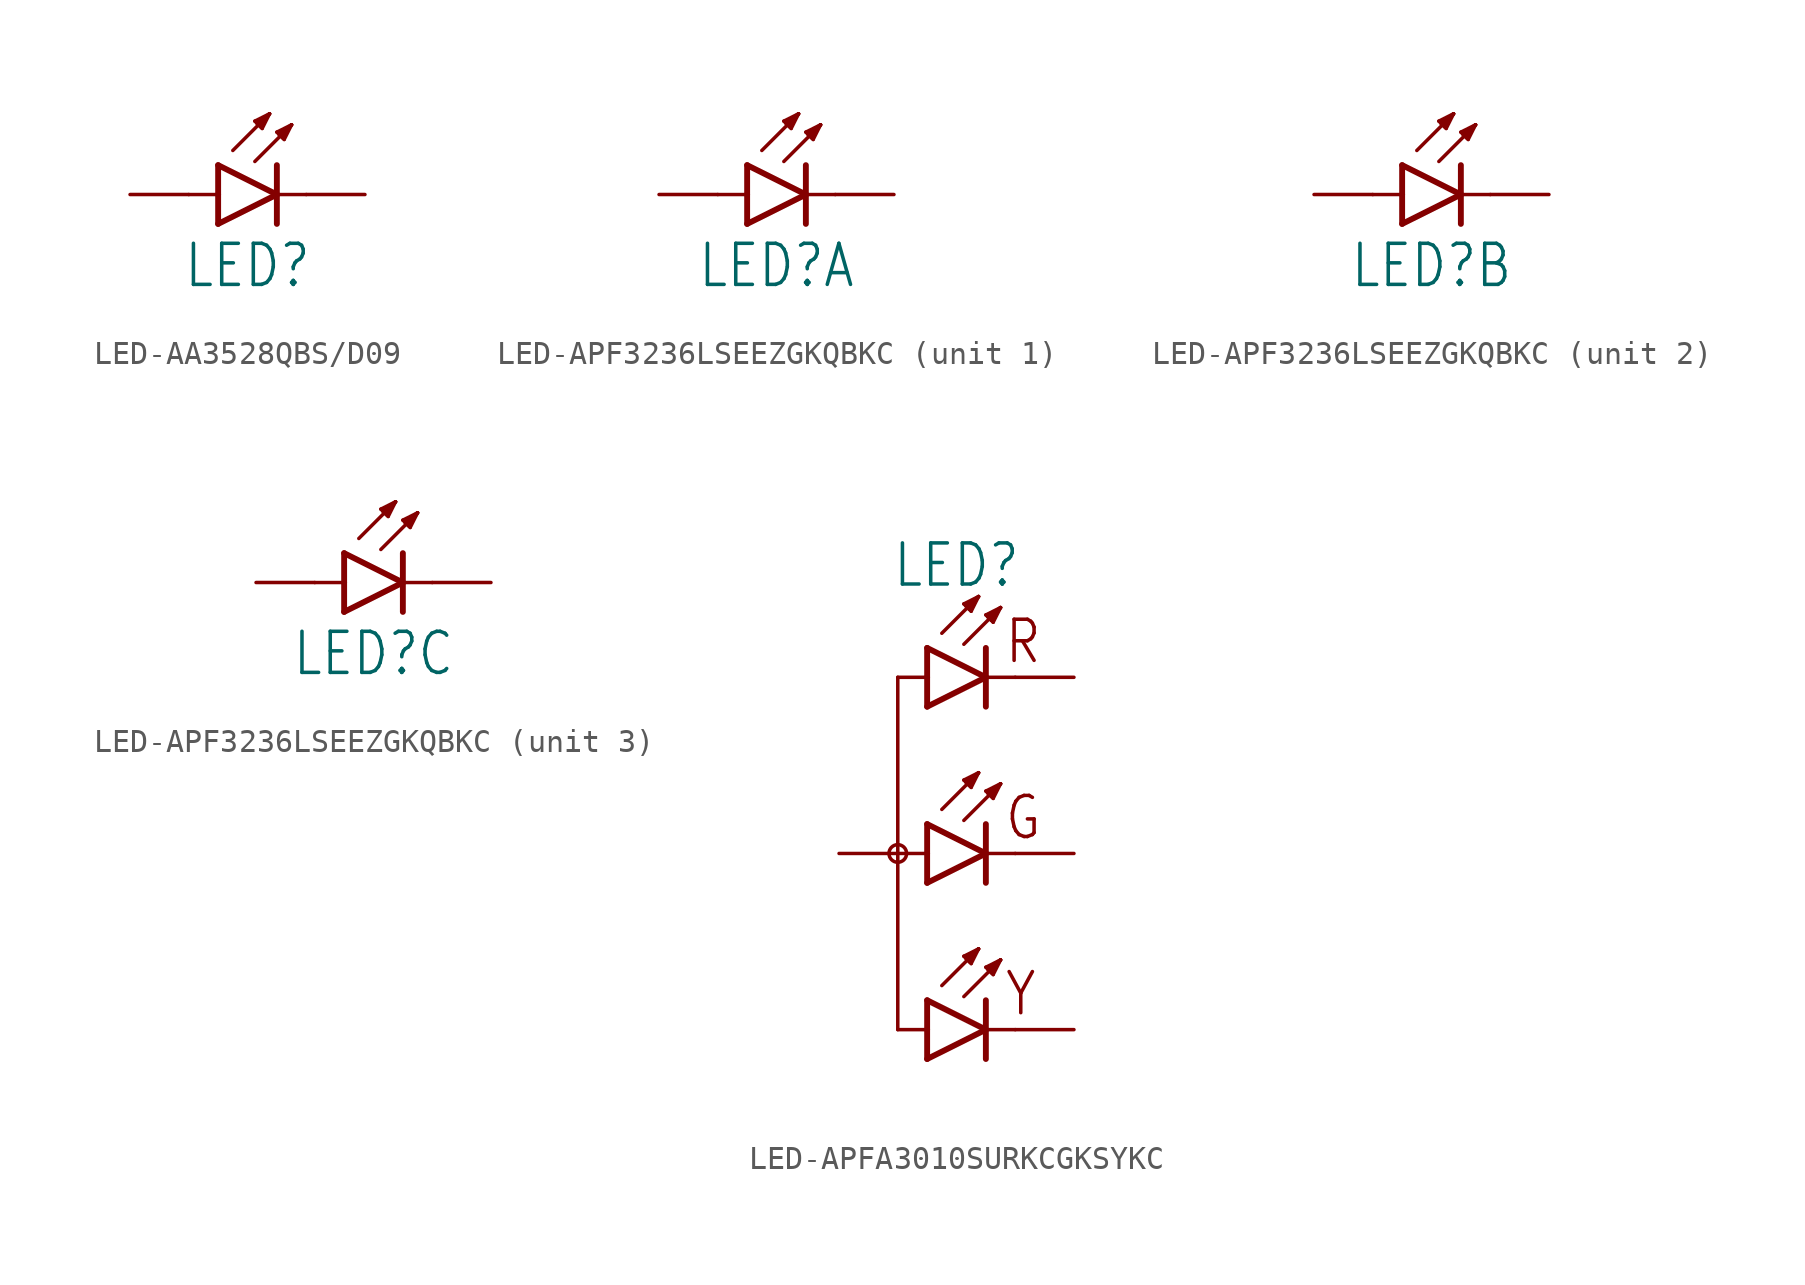
<source format=kicad_sym>
(kicad_symbol_lib
  (version 20231120)
  (generator "kicad_symbol_editor")
  (generator_version "8.0")
  (symbol "LED-AA3528QBS/D09"
    (property "Reference" "LED"
      (at 0 -2.032 0)
      (effects (font (size 1.778 1.511)) (justify top)))
    (property "Value" ""
      (at 0 -4.572 0)
      (effects (font (size 1.778 1.511)) (justify top)))
    (property "ki_locked" ""
      (at 0 0 0)
      (effects (font (size 1.27 1.27))))
    (symbol "LED-AA3528QBS/D09_1_0"
      (polyline (pts (xy -2.54 0) (xy -1.27 0)) (stroke (width 0.152) (type solid)) (fill (type none)))
      (polyline (pts (xy -1.27 -1.27) (xy 1.27 0)) (stroke (width 0.254) (type solid)) (fill (type none)))
      (polyline (pts (xy -1.27 0) (xy -1.27 -1.27)) (stroke (width 0.254) (type solid)) (fill (type none)))
      (polyline (pts (xy -1.27 1.27) (xy -1.27 0)) (stroke (width 0.254) (type solid)) (fill (type none)))
      (polyline (pts (xy -0.635 1.905) (xy 0.953 3.493)) (stroke (width 0.152) (type solid)) (fill (type none)))
      (polyline (pts (xy 0.318 1.429) (xy 1.905 3.016)) (stroke (width 0.152) (type solid)) (fill (type none)))
      (polyline (pts (xy 0.318 3.175) (xy 0.397 3.096)) (stroke (width 0.152) (type solid)) (fill (type none)))
      (polyline (pts (xy 0.397 3.096) (xy 0.556 2.937)) (stroke (width 0.152) (type solid)) (fill (type none)))
      (polyline (pts (xy 0.556 2.937) (xy 0.635 2.857)) (stroke (width 0.152) (type solid)) (fill (type none)))
      (polyline (pts (xy 0.635 2.857) (xy 0.953 3.493)) (stroke (width 0.152) (type solid)) (fill (type none)))
      (polyline (pts (xy 0.953 3.493) (xy 0.318 3.175)) (stroke (width 0.152) (type solid)) (fill (type none)))
      (polyline (pts (xy 0.953 3.493) (xy 0.397 3.096)) (stroke (width 0.152) (type solid)) (fill (type none)))
      (polyline (pts (xy 0.953 3.493) (xy 0.556 2.937)) (stroke (width 0.152) (type solid)) (fill (type none)))
      (polyline (pts (xy 1.27 0) (xy -1.27 1.27)) (stroke (width 0.254) (type solid)) (fill (type none)))
      (polyline (pts (xy 1.27 0) (xy 1.27 -1.27)) (stroke (width 0.254) (type solid)) (fill (type none)))
      (polyline (pts (xy 1.27 1.27) (xy 1.27 0)) (stroke (width 0.254) (type solid)) (fill (type none)))
      (polyline (pts (xy 1.27 2.699) (xy 1.349 2.619)) (stroke (width 0.152) (type solid)) (fill (type none)))
      (polyline (pts (xy 1.349 2.619) (xy 1.508 2.461)) (stroke (width 0.152) (type solid)) (fill (type none)))
      (polyline (pts (xy 1.508 2.461) (xy 1.587 2.381)) (stroke (width 0.152) (type solid)) (fill (type none)))
      (polyline (pts (xy 1.587 2.381) (xy 1.905 3.016)) (stroke (width 0.152) (type solid)) (fill (type none)))
      (polyline (pts (xy 1.905 3.016) (xy 1.27 2.699)) (stroke (width 0.152) (type solid)) (fill (type none)))
      (polyline (pts (xy 1.905 3.016) (xy 1.349 2.619)) (stroke (width 0.152) (type solid)) (fill (type none)))
      (polyline (pts (xy 1.905 3.016) (xy 1.508 2.461)) (stroke (width 0.152) (type solid)) (fill (type none)))
      (polyline (pts (xy 2.54 0) (xy 1.27 0)) (stroke (width 0.152) (type solid)) (fill (type none)))
      (pin passive line (at 5.08 0 180) (length 2.54) (name "C" (effects (font (size 0 0)))) (number "1" (effects (font (size 0 0)))))
      (pin passive line (at -5.08 0 0) (length 2.54) (name "A" (effects (font (size 0 0)))) (number "2" (effects (font (size 0 0)))))))
  (symbol "LED-APF3236LSEEZGKQBKC"
    (property "Reference" "LED"
      (at 0 -2.032 0)
      (effects (font (size 1.778 1.511)) (justify top)))
    (property "Value" ""
      (at 0 -4.572 0)
      (effects (font (size 1.778 1.511)) (justify top)))
    (property "ki_locked" ""
      (at 0 0 0)
      (effects (font (size 1.27 1.27))))
    (symbol "LED-APF3236LSEEZGKQBKC_1_0"
      (polyline (pts (xy -2.54 0) (xy -1.27 0)) (stroke (width 0.152) (type solid)) (fill (type none)))
      (polyline (pts (xy -1.27 -1.27) (xy 1.27 0)) (stroke (width 0.254) (type solid)) (fill (type none)))
      (polyline (pts (xy -1.27 0) (xy -1.27 -1.27)) (stroke (width 0.254) (type solid)) (fill (type none)))
      (polyline (pts (xy -1.27 1.27) (xy -1.27 0)) (stroke (width 0.254) (type solid)) (fill (type none)))
      (polyline (pts (xy -0.635 1.905) (xy 0.953 3.493)) (stroke (width 0.152) (type solid)) (fill (type none)))
      (polyline (pts (xy 0.318 1.429) (xy 1.905 3.016)) (stroke (width 0.152) (type solid)) (fill (type none)))
      (polyline (pts (xy 0.318 3.175) (xy 0.397 3.096)) (stroke (width 0.152) (type solid)) (fill (type none)))
      (polyline (pts (xy 0.397 3.096) (xy 0.556 2.937)) (stroke (width 0.152) (type solid)) (fill (type none)))
      (polyline (pts (xy 0.556 2.937) (xy 0.635 2.857)) (stroke (width 0.152) (type solid)) (fill (type none)))
      (polyline (pts (xy 0.635 2.857) (xy 0.953 3.493)) (stroke (width 0.152) (type solid)) (fill (type none)))
      (polyline (pts (xy 0.953 3.493) (xy 0.318 3.175)) (stroke (width 0.152) (type solid)) (fill (type none)))
      (polyline (pts (xy 0.953 3.493) (xy 0.397 3.096)) (stroke (width 0.152) (type solid)) (fill (type none)))
      (polyline (pts (xy 0.953 3.493) (xy 0.556 2.937)) (stroke (width 0.152) (type solid)) (fill (type none)))
      (polyline (pts (xy 1.27 0) (xy -1.27 1.27)) (stroke (width 0.254) (type solid)) (fill (type none)))
      (polyline (pts (xy 1.27 0) (xy 1.27 -1.27)) (stroke (width 0.254) (type solid)) (fill (type none)))
      (polyline (pts (xy 1.27 1.27) (xy 1.27 0)) (stroke (width 0.254) (type solid)) (fill (type none)))
      (polyline (pts (xy 1.27 2.699) (xy 1.349 2.619)) (stroke (width 0.152) (type solid)) (fill (type none)))
      (polyline (pts (xy 1.349 2.619) (xy 1.508 2.461)) (stroke (width 0.152) (type solid)) (fill (type none)))
      (polyline (pts (xy 1.508 2.461) (xy 1.587 2.381)) (stroke (width 0.152) (type solid)) (fill (type none)))
      (polyline (pts (xy 1.587 2.381) (xy 1.905 3.016)) (stroke (width 0.152) (type solid)) (fill (type none)))
      (polyline (pts (xy 1.905 3.016) (xy 1.27 2.699)) (stroke (width 0.152) (type solid)) (fill (type none)))
      (polyline (pts (xy 1.905 3.016) (xy 1.349 2.619)) (stroke (width 0.152) (type solid)) (fill (type none)))
      (polyline (pts (xy 1.905 3.016) (xy 1.508 2.461)) (stroke (width 0.152) (type solid)) (fill (type none)))
      (polyline (pts (xy 2.54 0) (xy 1.27 0)) (stroke (width 0.152) (type solid)) (fill (type none)))
      (pin passive line (at 5.08 0 180) (length 2.54) (name "C" (effects (font (size 0 0)))) (number "1" (effects (font (size 0 0)))))
      (pin passive line (at -5.08 0 0) (length 2.54) (name "A" (effects (font (size 0 0)))) (number "4" (effects (font (size 0 0))))))
    (symbol "LED-APF3236LSEEZGKQBKC_2_0"
      (polyline (pts (xy -2.54 0) (xy -1.27 0)) (stroke (width 0.152) (type solid)) (fill (type none)))
      (polyline (pts (xy -1.27 -1.27) (xy 1.27 0)) (stroke (width 0.254) (type solid)) (fill (type none)))
      (polyline (pts (xy -1.27 0) (xy -1.27 -1.27)) (stroke (width 0.254) (type solid)) (fill (type none)))
      (polyline (pts (xy -1.27 1.27) (xy -1.27 0)) (stroke (width 0.254) (type solid)) (fill (type none)))
      (polyline (pts (xy -0.635 1.905) (xy 0.953 3.493)) (stroke (width 0.152) (type solid)) (fill (type none)))
      (polyline (pts (xy 0.318 1.429) (xy 1.905 3.016)) (stroke (width 0.152) (type solid)) (fill (type none)))
      (polyline (pts (xy 0.318 3.175) (xy 0.397 3.096)) (stroke (width 0.152) (type solid)) (fill (type none)))
      (polyline (pts (xy 0.397 3.096) (xy 0.556 2.937)) (stroke (width 0.152) (type solid)) (fill (type none)))
      (polyline (pts (xy 0.556 2.937) (xy 0.635 2.857)) (stroke (width 0.152) (type solid)) (fill (type none)))
      (polyline (pts (xy 0.635 2.857) (xy 0.953 3.493)) (stroke (width 0.152) (type solid)) (fill (type none)))
      (polyline (pts (xy 0.953 3.493) (xy 0.318 3.175)) (stroke (width 0.152) (type solid)) (fill (type none)))
      (polyline (pts (xy 0.953 3.493) (xy 0.397 3.096)) (stroke (width 0.152) (type solid)) (fill (type none)))
      (polyline (pts (xy 0.953 3.493) (xy 0.556 2.937)) (stroke (width 0.152) (type solid)) (fill (type none)))
      (polyline (pts (xy 1.27 0) (xy -1.27 1.27)) (stroke (width 0.254) (type solid)) (fill (type none)))
      (polyline (pts (xy 1.27 0) (xy 1.27 -1.27)) (stroke (width 0.254) (type solid)) (fill (type none)))
      (polyline (pts (xy 1.27 1.27) (xy 1.27 0)) (stroke (width 0.254) (type solid)) (fill (type none)))
      (polyline (pts (xy 1.27 2.699) (xy 1.349 2.619)) (stroke (width 0.152) (type solid)) (fill (type none)))
      (polyline (pts (xy 1.349 2.619) (xy 1.508 2.461)) (stroke (width 0.152) (type solid)) (fill (type none)))
      (polyline (pts (xy 1.508 2.461) (xy 1.587 2.381)) (stroke (width 0.152) (type solid)) (fill (type none)))
      (polyline (pts (xy 1.587 2.381) (xy 1.905 3.016)) (stroke (width 0.152) (type solid)) (fill (type none)))
      (polyline (pts (xy 1.905 3.016) (xy 1.27 2.699)) (stroke (width 0.152) (type solid)) (fill (type none)))
      (polyline (pts (xy 1.905 3.016) (xy 1.349 2.619)) (stroke (width 0.152) (type solid)) (fill (type none)))
      (polyline (pts (xy 1.905 3.016) (xy 1.508 2.461)) (stroke (width 0.152) (type solid)) (fill (type none)))
      (polyline (pts (xy 2.54 0) (xy 1.27 0)) (stroke (width 0.152) (type solid)) (fill (type none)))
      (pin passive line (at 5.08 0 180) (length 2.54) (name "C" (effects (font (size 0 0)))) (number "2" (effects (font (size 0 0)))))
      (pin passive line (at -5.08 0 0) (length 2.54) (name "A" (effects (font (size 0 0)))) (number "5" (effects (font (size 0 0))))))
    (symbol "LED-APF3236LSEEZGKQBKC_3_0"
      (polyline (pts (xy -2.54 0) (xy -1.27 0)) (stroke (width 0.152) (type solid)) (fill (type none)))
      (polyline (pts (xy -1.27 -1.27) (xy 1.27 0)) (stroke (width 0.254) (type solid)) (fill (type none)))
      (polyline (pts (xy -1.27 0) (xy -1.27 -1.27)) (stroke (width 0.254) (type solid)) (fill (type none)))
      (polyline (pts (xy -1.27 1.27) (xy -1.27 0)) (stroke (width 0.254) (type solid)) (fill (type none)))
      (polyline (pts (xy -0.635 1.905) (xy 0.953 3.493)) (stroke (width 0.152) (type solid)) (fill (type none)))
      (polyline (pts (xy 0.318 1.429) (xy 1.905 3.016)) (stroke (width 0.152) (type solid)) (fill (type none)))
      (polyline (pts (xy 0.318 3.175) (xy 0.397 3.096)) (stroke (width 0.152) (type solid)) (fill (type none)))
      (polyline (pts (xy 0.397 3.096) (xy 0.556 2.937)) (stroke (width 0.152) (type solid)) (fill (type none)))
      (polyline (pts (xy 0.556 2.937) (xy 0.635 2.857)) (stroke (width 0.152) (type solid)) (fill (type none)))
      (polyline (pts (xy 0.635 2.857) (xy 0.953 3.493)) (stroke (width 0.152) (type solid)) (fill (type none)))
      (polyline (pts (xy 0.953 3.493) (xy 0.318 3.175)) (stroke (width 0.152) (type solid)) (fill (type none)))
      (polyline (pts (xy 0.953 3.493) (xy 0.397 3.096)) (stroke (width 0.152) (type solid)) (fill (type none)))
      (polyline (pts (xy 0.953 3.493) (xy 0.556 2.937)) (stroke (width 0.152) (type solid)) (fill (type none)))
      (polyline (pts (xy 1.27 0) (xy -1.27 1.27)) (stroke (width 0.254) (type solid)) (fill (type none)))
      (polyline (pts (xy 1.27 0) (xy 1.27 -1.27)) (stroke (width 0.254) (type solid)) (fill (type none)))
      (polyline (pts (xy 1.27 1.27) (xy 1.27 0)) (stroke (width 0.254) (type solid)) (fill (type none)))
      (polyline (pts (xy 1.27 2.699) (xy 1.349 2.619)) (stroke (width 0.152) (type solid)) (fill (type none)))
      (polyline (pts (xy 1.349 2.619) (xy 1.508 2.461)) (stroke (width 0.152) (type solid)) (fill (type none)))
      (polyline (pts (xy 1.508 2.461) (xy 1.587 2.381)) (stroke (width 0.152) (type solid)) (fill (type none)))
      (polyline (pts (xy 1.587 2.381) (xy 1.905 3.016)) (stroke (width 0.152) (type solid)) (fill (type none)))
      (polyline (pts (xy 1.905 3.016) (xy 1.27 2.699)) (stroke (width 0.152) (type solid)) (fill (type none)))
      (polyline (pts (xy 1.905 3.016) (xy 1.349 2.619)) (stroke (width 0.152) (type solid)) (fill (type none)))
      (polyline (pts (xy 1.905 3.016) (xy 1.508 2.461)) (stroke (width 0.152) (type solid)) (fill (type none)))
      (polyline (pts (xy 2.54 0) (xy 1.27 0)) (stroke (width 0.152) (type solid)) (fill (type none)))
      (pin passive line (at 5.08 0 180) (length 2.54) (name "C" (effects (font (size 0 0)))) (number "3" (effects (font (size 0 0)))))
      (pin passive line (at -5.08 0 0) (length 2.54) (name "A" (effects (font (size 0 0)))) (number "6" (effects (font (size 0 0)))))))
  (symbol "LED-APFA3010SURKCGKSYKC"
    (property "Reference" "LED"
      (at 0 11.43 0)
      (effects (font (size 1.778 1.511)) (justify bottom)))
    (property "Value" ""
      (at 1.016 -9.398 0)
      (effects (font (size 1.778 1.511)) (justify top)))
    (property "ki_locked" ""
      (at 0 0 0)
      (effects (font (size 1.27 1.27))))
    (symbol "LED-APFA3010SURKCGKSYKC_1_0"
      (circle (center -2.54 0) (radius 0.381) (stroke (width 0) (type solid)) (fill (type none)))
      (polyline (pts (xy -2.54 -7.62) (xy -2.54 0)) (stroke (width 0.152) (type solid)) (fill (type none)))
      (polyline (pts (xy -2.54 -7.62) (xy -1.27 -7.62)) (stroke (width 0.152) (type solid)) (fill (type none)))
      (polyline (pts (xy -2.54 0) (xy -2.54 7.62)) (stroke (width 0.152) (type solid)) (fill (type none)))
      (polyline (pts (xy -2.54 0) (xy -1.27 0)) (stroke (width 0.152) (type solid)) (fill (type none)))
      (polyline (pts (xy -2.54 7.62) (xy -1.27 7.62)) (stroke (width 0.152) (type solid)) (fill (type none)))
      (polyline (pts (xy -1.27 -8.89) (xy 1.27 -7.62)) (stroke (width 0.254) (type solid)) (fill (type none)))
      (polyline (pts (xy -1.27 -7.62) (xy -1.27 -8.89)) (stroke (width 0.254) (type solid)) (fill (type none)))
      (polyline (pts (xy -1.27 -6.35) (xy -1.27 -7.62)) (stroke (width 0.254) (type solid)) (fill (type none)))
      (polyline (pts (xy -1.27 -1.27) (xy 1.27 0)) (stroke (width 0.254) (type solid)) (fill (type none)))
      (polyline (pts (xy -1.27 0) (xy -1.27 -1.27)) (stroke (width 0.254) (type solid)) (fill (type none)))
      (polyline (pts (xy -1.27 1.27) (xy -1.27 0)) (stroke (width 0.254) (type solid)) (fill (type none)))
      (polyline (pts (xy -1.27 6.35) (xy 1.27 7.62)) (stroke (width 0.254) (type solid)) (fill (type none)))
      (polyline (pts (xy -1.27 7.62) (xy -1.27 6.35)) (stroke (width 0.254) (type solid)) (fill (type none)))
      (polyline (pts (xy -1.27 8.89) (xy -1.27 7.62)) (stroke (width 0.254) (type solid)) (fill (type none)))
      (polyline (pts (xy -0.635 -5.715) (xy 0.953 -4.128)) (stroke (width 0.152) (type solid)) (fill (type none)))
      (polyline (pts (xy -0.635 1.905) (xy 0.953 3.493)) (stroke (width 0.152) (type solid)) (fill (type none)))
      (polyline (pts (xy -0.635 9.525) (xy 0.953 11.113)) (stroke (width 0.152) (type solid)) (fill (type none)))
      (polyline (pts (xy 0.318 -6.191) (xy 1.905 -4.604)) (stroke (width 0.152) (type solid)) (fill (type none)))
      (polyline (pts (xy 0.318 -4.445) (xy 0.397 -4.524)) (stroke (width 0.152) (type solid)) (fill (type none)))
      (polyline (pts (xy 0.318 1.429) (xy 1.905 3.016)) (stroke (width 0.152) (type solid)) (fill (type none)))
      (polyline (pts (xy 0.318 3.175) (xy 0.397 3.096)) (stroke (width 0.152) (type solid)) (fill (type none)))
      (polyline (pts (xy 0.318 9.049) (xy 1.905 10.636)) (stroke (width 0.152) (type solid)) (fill (type none)))
      (polyline (pts (xy 0.318 10.795) (xy 0.397 10.716)) (stroke (width 0.152) (type solid)) (fill (type none)))
      (polyline (pts (xy 0.397 -4.524) (xy 0.556 -4.683)) (stroke (width 0.152) (type solid)) (fill (type none)))
      (polyline (pts (xy 0.397 3.096) (xy 0.556 2.937)) (stroke (width 0.152) (type solid)) (fill (type none)))
      (polyline (pts (xy 0.397 10.716) (xy 0.556 10.557)) (stroke (width 0.152) (type solid)) (fill (type none)))
      (polyline (pts (xy 0.556 -4.683) (xy 0.635 -4.763)) (stroke (width 0.152) (type solid)) (fill (type none)))
      (polyline (pts (xy 0.556 2.937) (xy 0.635 2.857)) (stroke (width 0.152) (type solid)) (fill (type none)))
      (polyline (pts (xy 0.556 10.557) (xy 0.635 10.477)) (stroke (width 0.152) (type solid)) (fill (type none)))
      (polyline (pts (xy 0.635 -4.763) (xy 0.953 -4.128)) (stroke (width 0.152) (type solid)) (fill (type none)))
      (polyline (pts (xy 0.635 2.857) (xy 0.953 3.493)) (stroke (width 0.152) (type solid)) (fill (type none)))
      (polyline (pts (xy 0.635 10.477) (xy 0.953 11.113)) (stroke (width 0.152) (type solid)) (fill (type none)))
      (polyline (pts (xy 0.953 -4.128) (xy 0.318 -4.445)) (stroke (width 0.152) (type solid)) (fill (type none)))
      (polyline (pts (xy 0.953 -4.128) (xy 0.397 -4.524)) (stroke (width 0.152) (type solid)) (fill (type none)))
      (polyline (pts (xy 0.953 -4.128) (xy 0.556 -4.683)) (stroke (width 0.152) (type solid)) (fill (type none)))
      (polyline (pts (xy 0.953 3.493) (xy 0.318 3.175)) (stroke (width 0.152) (type solid)) (fill (type none)))
      (polyline (pts (xy 0.953 3.493) (xy 0.397 3.096)) (stroke (width 0.152) (type solid)) (fill (type none)))
      (polyline (pts (xy 0.953 3.493) (xy 0.556 2.937)) (stroke (width 0.152) (type solid)) (fill (type none)))
      (polyline (pts (xy 0.953 11.113) (xy 0.318 10.795)) (stroke (width 0.152) (type solid)) (fill (type none)))
      (polyline (pts (xy 0.953 11.113) (xy 0.397 10.716)) (stroke (width 0.152) (type solid)) (fill (type none)))
      (polyline (pts (xy 0.953 11.113) (xy 0.556 10.557)) (stroke (width 0.152) (type solid)) (fill (type none)))
      (polyline (pts (xy 1.27 -7.62) (xy -1.27 -6.35)) (stroke (width 0.254) (type solid)) (fill (type none)))
      (polyline (pts (xy 1.27 -7.62) (xy 1.27 -8.89)) (stroke (width 0.254) (type solid)) (fill (type none)))
      (polyline (pts (xy 1.27 -6.35) (xy 1.27 -7.62)) (stroke (width 0.254) (type solid)) (fill (type none)))
      (polyline (pts (xy 1.27 -4.921) (xy 1.349 -5.001)) (stroke (width 0.152) (type solid)) (fill (type none)))
      (polyline (pts (xy 1.27 0) (xy -1.27 1.27)) (stroke (width 0.254) (type solid)) (fill (type none)))
      (polyline (pts (xy 1.27 0) (xy 1.27 -1.27)) (stroke (width 0.254) (type solid)) (fill (type none)))
      (polyline (pts (xy 1.27 1.27) (xy 1.27 0)) (stroke (width 0.254) (type solid)) (fill (type none)))
      (polyline (pts (xy 1.27 2.699) (xy 1.349 2.619)) (stroke (width 0.152) (type solid)) (fill (type none)))
      (polyline (pts (xy 1.27 7.62) (xy -1.27 8.89)) (stroke (width 0.254) (type solid)) (fill (type none)))
      (polyline (pts (xy 1.27 7.62) (xy 1.27 6.35)) (stroke (width 0.254) (type solid)) (fill (type none)))
      (polyline (pts (xy 1.27 8.89) (xy 1.27 7.62)) (stroke (width 0.254) (type solid)) (fill (type none)))
      (polyline (pts (xy 1.27 10.319) (xy 1.349 10.239)) (stroke (width 0.152) (type solid)) (fill (type none)))
      (polyline (pts (xy 1.349 -5.001) (xy 1.508 -5.159)) (stroke (width 0.152) (type solid)) (fill (type none)))
      (polyline (pts (xy 1.349 2.619) (xy 1.508 2.461)) (stroke (width 0.152) (type solid)) (fill (type none)))
      (polyline (pts (xy 1.349 10.239) (xy 1.508 10.081)) (stroke (width 0.152) (type solid)) (fill (type none)))
      (polyline (pts (xy 1.508 -5.159) (xy 1.587 -5.239)) (stroke (width 0.152) (type solid)) (fill (type none)))
      (polyline (pts (xy 1.508 2.461) (xy 1.587 2.381)) (stroke (width 0.152) (type solid)) (fill (type none)))
      (polyline (pts (xy 1.508 10.081) (xy 1.587 10.001)) (stroke (width 0.152) (type solid)) (fill (type none)))
      (polyline (pts (xy 1.587 -5.239) (xy 1.905 -4.604)) (stroke (width 0.152) (type solid)) (fill (type none)))
      (polyline (pts (xy 1.587 2.381) (xy 1.905 3.016)) (stroke (width 0.152) (type solid)) (fill (type none)))
      (polyline (pts (xy 1.587 10.001) (xy 1.905 10.636)) (stroke (width 0.152) (type solid)) (fill (type none)))
      (polyline (pts (xy 1.905 -4.604) (xy 1.27 -4.921)) (stroke (width 0.152) (type solid)) (fill (type none)))
      (polyline (pts (xy 1.905 -4.604) (xy 1.349 -5.001)) (stroke (width 0.152) (type solid)) (fill (type none)))
      (polyline (pts (xy 1.905 -4.604) (xy 1.508 -5.159)) (stroke (width 0.152) (type solid)) (fill (type none)))
      (polyline (pts (xy 1.905 3.016) (xy 1.27 2.699)) (stroke (width 0.152) (type solid)) (fill (type none)))
      (polyline (pts (xy 1.905 3.016) (xy 1.349 2.619)) (stroke (width 0.152) (type solid)) (fill (type none)))
      (polyline (pts (xy 1.905 3.016) (xy 1.508 2.461)) (stroke (width 0.152) (type solid)) (fill (type none)))
      (polyline (pts (xy 1.905 10.636) (xy 1.27 10.319)) (stroke (width 0.152) (type solid)) (fill (type none)))
      (polyline (pts (xy 1.905 10.636) (xy 1.349 10.239)) (stroke (width 0.152) (type solid)) (fill (type none)))
      (polyline (pts (xy 1.905 10.636) (xy 1.508 10.081)) (stroke (width 0.152) (type solid)) (fill (type none)))
      (polyline (pts (xy 2.54 -7.62) (xy 1.27 -7.62)) (stroke (width 0.152) (type solid)) (fill (type none)))
      (polyline (pts (xy 2.54 0) (xy 1.27 0)) (stroke (width 0.152) (type solid)) (fill (type none)))
      (polyline (pts (xy 2.54 7.62) (xy 1.27 7.62)) (stroke (width 0.152) (type solid)) (fill (type none)))
      (text "G" (at 2.032 0.508 0) (effects (font (size 1.778 1.511)) (justify left bottom)))
      (text "R" (at 2.032 8.128 0) (effects (font (size 1.778 1.511)) (justify left bottom)))
      (text "Y" (at 2.032 -7.112 0) (effects (font (size 1.778 1.511)) (justify left bottom)))
      (pin passive line (at 5.08 7.62 180) (length 2.54) (name "C_R" (effects (font (size 0 0)))) (number "1" (effects (font (size 0 0)))))
      (pin passive line (at -5.08 0 0) (length 2.54) (name "A" (effects (font (size 0 0)))) (number "2" (effects (font (size 0 0)))))
      (pin passive line (at 5.08 0 180) (length 2.54) (name "C_G" (effects (font (size 0 0)))) (number "3" (effects (font (size 0 0)))))
      (pin passive line (at 5.08 -7.62 180) (length 2.54) (name "C_Y" (effects (font (size 0 0)))) (number "4" (effects (font (size 0 0))))))))
</source>
